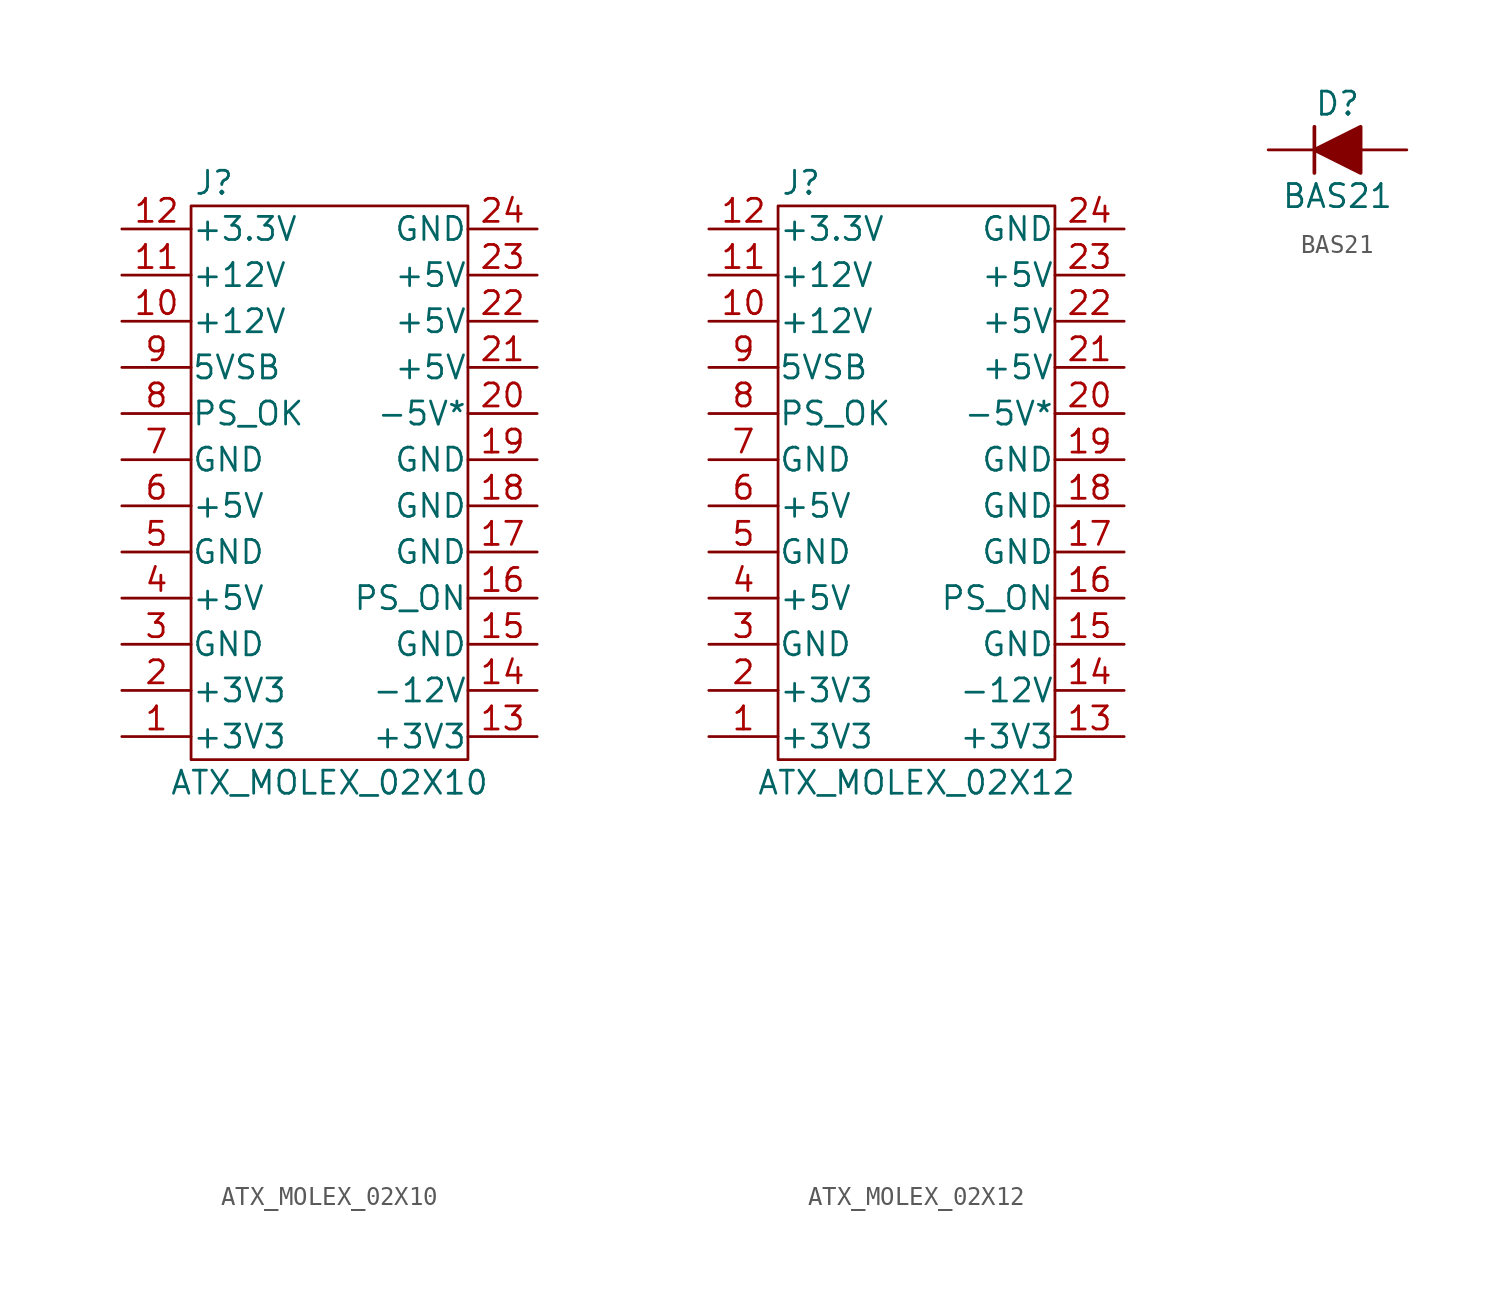
<source format=kicad_sym>
(kicad_symbol_lib
  (version 20211014)
  (generator kicad_symbol_editor)
  (symbol "ATX_MOLEX_02X10"
    (pin_names
      (offset 0.025))
    (property "Reference" "J"
      (at -6.35 19.05 0)
      (effects (font (size 1.27 1.27))))
    (property "Value" "ATX_MOLEX_02X10"
      (at 0 -13.97 0)
      (effects (font (size 1.27 1.27))))
    (property "Footprint" ""
      (at 0 -30.48 0)
      (effects (font (size 1.27 1.27))))
    (property "Datasheet" ""
      (at 0 -30.48 0)
      (effects (font (size 1.27 1.27))))
    (symbol "ATX_MOLEX_02X10_0_1"
      (rectangle (start -7.62 17.78) (end 7.62 -12.7) (stroke (width 0) (type default) (color 0 0 0 0)) (fill (type none))))
    (symbol "ATX_MOLEX_02X10_1_1"
      (pin passive line (at -11.43 -11.43 0) (length 3.81) (name "+3V3" (effects (font (size 1.27 1.27)))) (number "1" (effects (font (size 1.27 1.27)))))
      (pin passive line (at -11.43 11.43 0) (length 3.81) (name "+12V" (effects (font (size 1.27 1.27)))) (number "10" (effects (font (size 1.27 1.27)))))
      (pin input line (at -11.43 13.97 0) (length 3.81) (name "+12V" (effects (font (size 1.27 1.27)))) (number "11" (effects (font (size 1.27 1.27)))))
      (pin input line (at -11.43 16.51 0) (length 3.81) (name "+3.3V" (effects (font (size 1.27 1.27)))) (number "12" (effects (font (size 1.27 1.27)))))
      (pin passive line (at 11.43 -11.43 180) (length 3.81) (name "+3V3" (effects (font (size 1.27 1.27)))) (number "13" (effects (font (size 1.27 1.27)))))
      (pin passive line (at 11.43 -8.89 180) (length 3.81) (name "-12V" (effects (font (size 1.27 1.27)))) (number "14" (effects (font (size 1.27 1.27)))))
      (pin passive line (at 11.43 -6.35 180) (length 3.81) (name "GND" (effects (font (size 1.27 1.27)))) (number "15" (effects (font (size 1.27 1.27)))))
      (pin passive line (at 11.43 -3.81 180) (length 3.81) (name "PS_ON" (effects (font (size 1.27 1.27)))) (number "16" (effects (font (size 1.27 1.27)))))
      (pin passive line (at 11.43 -1.27 180) (length 3.81) (name "GND" (effects (font (size 1.27 1.27)))) (number "17" (effects (font (size 1.27 1.27)))))
      (pin passive line (at 11.43 1.27 180) (length 3.81) (name "GND" (effects (font (size 1.27 1.27)))) (number "18" (effects (font (size 1.27 1.27)))))
      (pin passive line (at 11.43 3.81 180) (length 3.81) (name "GND" (effects (font (size 1.27 1.27)))) (number "19" (effects (font (size 1.27 1.27)))))
      (pin passive line (at -11.43 -8.89 0) (length 3.81) (name "+3V3" (effects (font (size 1.27 1.27)))) (number "2" (effects (font (size 1.27 1.27)))))
      (pin passive line (at 11.43 6.35 180) (length 3.81) (name "-5V*" (effects (font (size 1.27 1.27)))) (number "20" (effects (font (size 1.27 1.27)))))
      (pin passive line (at 11.43 8.89 180) (length 3.81) (name "+5V" (effects (font (size 1.27 1.27)))) (number "21" (effects (font (size 1.27 1.27)))))
      (pin passive line (at 11.43 11.43 180) (length 3.81) (name "+5V" (effects (font (size 1.27 1.27)))) (number "22" (effects (font (size 1.27 1.27)))))
      (pin input line (at 11.43 13.97 180) (length 3.81) (name "+5V" (effects (font (size 1.27 1.27)))) (number "23" (effects (font (size 1.27 1.27)))))
      (pin input line (at 11.43 16.51 180) (length 3.81) (name "GND" (effects (font (size 1.27 1.27)))) (number "24" (effects (font (size 1.27 1.27)))))
      (pin passive line (at -11.43 -6.35 0) (length 3.81) (name "GND" (effects (font (size 1.27 1.27)))) (number "3" (effects (font (size 1.27 1.27)))))
      (pin passive line (at -11.43 -3.81 0) (length 3.81) (name "+5V" (effects (font (size 1.27 1.27)))) (number "4" (effects (font (size 1.27 1.27)))))
      (pin passive line (at -11.43 -1.27 0) (length 3.81) (name "GND" (effects (font (size 1.27 1.27)))) (number "5" (effects (font (size 1.27 1.27)))))
      (pin passive line (at -11.43 1.27 0) (length 3.81) (name "+5V" (effects (font (size 1.27 1.27)))) (number "6" (effects (font (size 1.27 1.27)))))
      (pin passive line (at -11.43 3.81 0) (length 3.81) (name "GND" (effects (font (size 1.27 1.27)))) (number "7" (effects (font (size 1.27 1.27)))))
      (pin passive line (at -11.43 6.35 0) (length 3.81) (name "PS_OK" (effects (font (size 1.27 1.27)))) (number "8" (effects (font (size 1.27 1.27)))))
      (pin passive line (at -11.43 8.89 0) (length 3.81) (name "5VSB" (effects (font (size 1.27 1.27)))) (number "9" (effects (font (size 1.27 1.27)))))))
  (symbol "ATX_MOLEX_02X12"
    (pin_names
      (offset 0.025))
    (property "Reference" "J"
      (at -6.35 19.05 0)
      (effects (font (size 1.27 1.27))))
    (property "Value" "ATX_MOLEX_02X12"
      (at 0 -13.97 0)
      (effects (font (size 1.27 1.27))))
    (property "Footprint" ""
      (at 0 -30.48 0)
      (effects (font (size 1.27 1.27))))
    (property "Datasheet" ""
      (at 0 -30.48 0)
      (effects (font (size 1.27 1.27))))
    (symbol "ATX_MOLEX_02X12_0_1"
      (rectangle (start -7.62 17.78) (end 7.62 -12.7) (stroke (width 0) (type default) (color 0 0 0 0)) (fill (type none))))
    (symbol "ATX_MOLEX_02X12_1_1"
      (pin passive line (at -11.43 -11.43 0) (length 3.81) (name "+3V3" (effects (font (size 1.27 1.27)))) (number "1" (effects (font (size 1.27 1.27)))))
      (pin passive line (at -11.43 11.43 0) (length 3.81) (name "+12V" (effects (font (size 1.27 1.27)))) (number "10" (effects (font (size 1.27 1.27)))))
      (pin input line (at -11.43 13.97 0) (length 3.81) (name "+12V" (effects (font (size 1.27 1.27)))) (number "11" (effects (font (size 1.27 1.27)))))
      (pin input line (at -11.43 16.51 0) (length 3.81) (name "+3.3V" (effects (font (size 1.27 1.27)))) (number "12" (effects (font (size 1.27 1.27)))))
      (pin passive line (at 11.43 -11.43 180) (length 3.81) (name "+3V3" (effects (font (size 1.27 1.27)))) (number "13" (effects (font (size 1.27 1.27)))))
      (pin passive line (at 11.43 -8.89 180) (length 3.81) (name "-12V" (effects (font (size 1.27 1.27)))) (number "14" (effects (font (size 1.27 1.27)))))
      (pin passive line (at 11.43 -6.35 180) (length 3.81) (name "GND" (effects (font (size 1.27 1.27)))) (number "15" (effects (font (size 1.27 1.27)))))
      (pin passive line (at 11.43 -3.81 180) (length 3.81) (name "PS_ON" (effects (font (size 1.27 1.27)))) (number "16" (effects (font (size 1.27 1.27)))))
      (pin passive line (at 11.43 -1.27 180) (length 3.81) (name "GND" (effects (font (size 1.27 1.27)))) (number "17" (effects (font (size 1.27 1.27)))))
      (pin passive line (at 11.43 1.27 180) (length 3.81) (name "GND" (effects (font (size 1.27 1.27)))) (number "18" (effects (font (size 1.27 1.27)))))
      (pin passive line (at 11.43 3.81 180) (length 3.81) (name "GND" (effects (font (size 1.27 1.27)))) (number "19" (effects (font (size 1.27 1.27)))))
      (pin passive line (at -11.43 -8.89 0) (length 3.81) (name "+3V3" (effects (font (size 1.27 1.27)))) (number "2" (effects (font (size 1.27 1.27)))))
      (pin passive line (at 11.43 6.35 180) (length 3.81) (name "-5V*" (effects (font (size 1.27 1.27)))) (number "20" (effects (font (size 1.27 1.27)))))
      (pin passive line (at 11.43 8.89 180) (length 3.81) (name "+5V" (effects (font (size 1.27 1.27)))) (number "21" (effects (font (size 1.27 1.27)))))
      (pin passive line (at 11.43 11.43 180) (length 3.81) (name "+5V" (effects (font (size 1.27 1.27)))) (number "22" (effects (font (size 1.27 1.27)))))
      (pin input line (at 11.43 13.97 180) (length 3.81) (name "+5V" (effects (font (size 1.27 1.27)))) (number "23" (effects (font (size 1.27 1.27)))))
      (pin input line (at 11.43 16.51 180) (length 3.81) (name "GND" (effects (font (size 1.27 1.27)))) (number "24" (effects (font (size 1.27 1.27)))))
      (pin passive line (at -11.43 -6.35 0) (length 3.81) (name "GND" (effects (font (size 1.27 1.27)))) (number "3" (effects (font (size 1.27 1.27)))))
      (pin passive line (at -11.43 -3.81 0) (length 3.81) (name "+5V" (effects (font (size 1.27 1.27)))) (number "4" (effects (font (size 1.27 1.27)))))
      (pin passive line (at -11.43 -1.27 0) (length 3.81) (name "GND" (effects (font (size 1.27 1.27)))) (number "5" (effects (font (size 1.27 1.27)))))
      (pin passive line (at -11.43 1.27 0) (length 3.81) (name "+5V" (effects (font (size 1.27 1.27)))) (number "6" (effects (font (size 1.27 1.27)))))
      (pin passive line (at -11.43 3.81 0) (length 3.81) (name "GND" (effects (font (size 1.27 1.27)))) (number "7" (effects (font (size 1.27 1.27)))))
      (pin passive line (at -11.43 6.35 0) (length 3.81) (name "PS_OK" (effects (font (size 1.27 1.27)))) (number "8" (effects (font (size 1.27 1.27)))))
      (pin passive line (at -11.43 8.89 0) (length 3.81) (name "5VSB" (effects (font (size 1.27 1.27)))) (number "9" (effects (font (size 1.27 1.27)))))))
  (symbol "BAS21"
    (pin_numbers hide)
    (pin_names
      (offset 1.016) hide)
    (property "Reference" "D"
      (at 0 2.54 0)
      (effects (font (size 1.27 1.27))))
    (property "Value" "BAS21"
      (at 0 -2.54 0)
      (effects (font (size 1.27 1.27))))
    (symbol "BAS21_0_1"
      (polyline (pts (xy -1.27 1.27) (xy -1.27 -1.27)) (stroke (width 0.203) (type default) (color 0 0 0 0)) (fill (type none)))
      (polyline (pts (xy 1.27 0) (xy -1.27 0)) (stroke (width 0) (type default) (color 0 0 0 0)) (fill (type none)))
      (polyline (pts (xy 1.27 1.27) (xy 1.27 -1.27) (xy -1.27 0) (xy 1.27 1.27)) (stroke (width 0.203) (type default) (color 0 0 0 0)) (fill (type outline))))
    (symbol "BAS21_1_1"
      (pin passive line (at 3.81 0 180) (length 2.54) (name "A" (effects (font (size 1.27 1.27)))) (number "1" (effects (font (size 1.27 1.27)))))
      (pin passive line (at -3.81 0 0) (length 2.54) (name "K" (effects (font (size 1.27 1.27)))) (number "3" (effects (font (size 1.27 1.27))))))))
</source>
